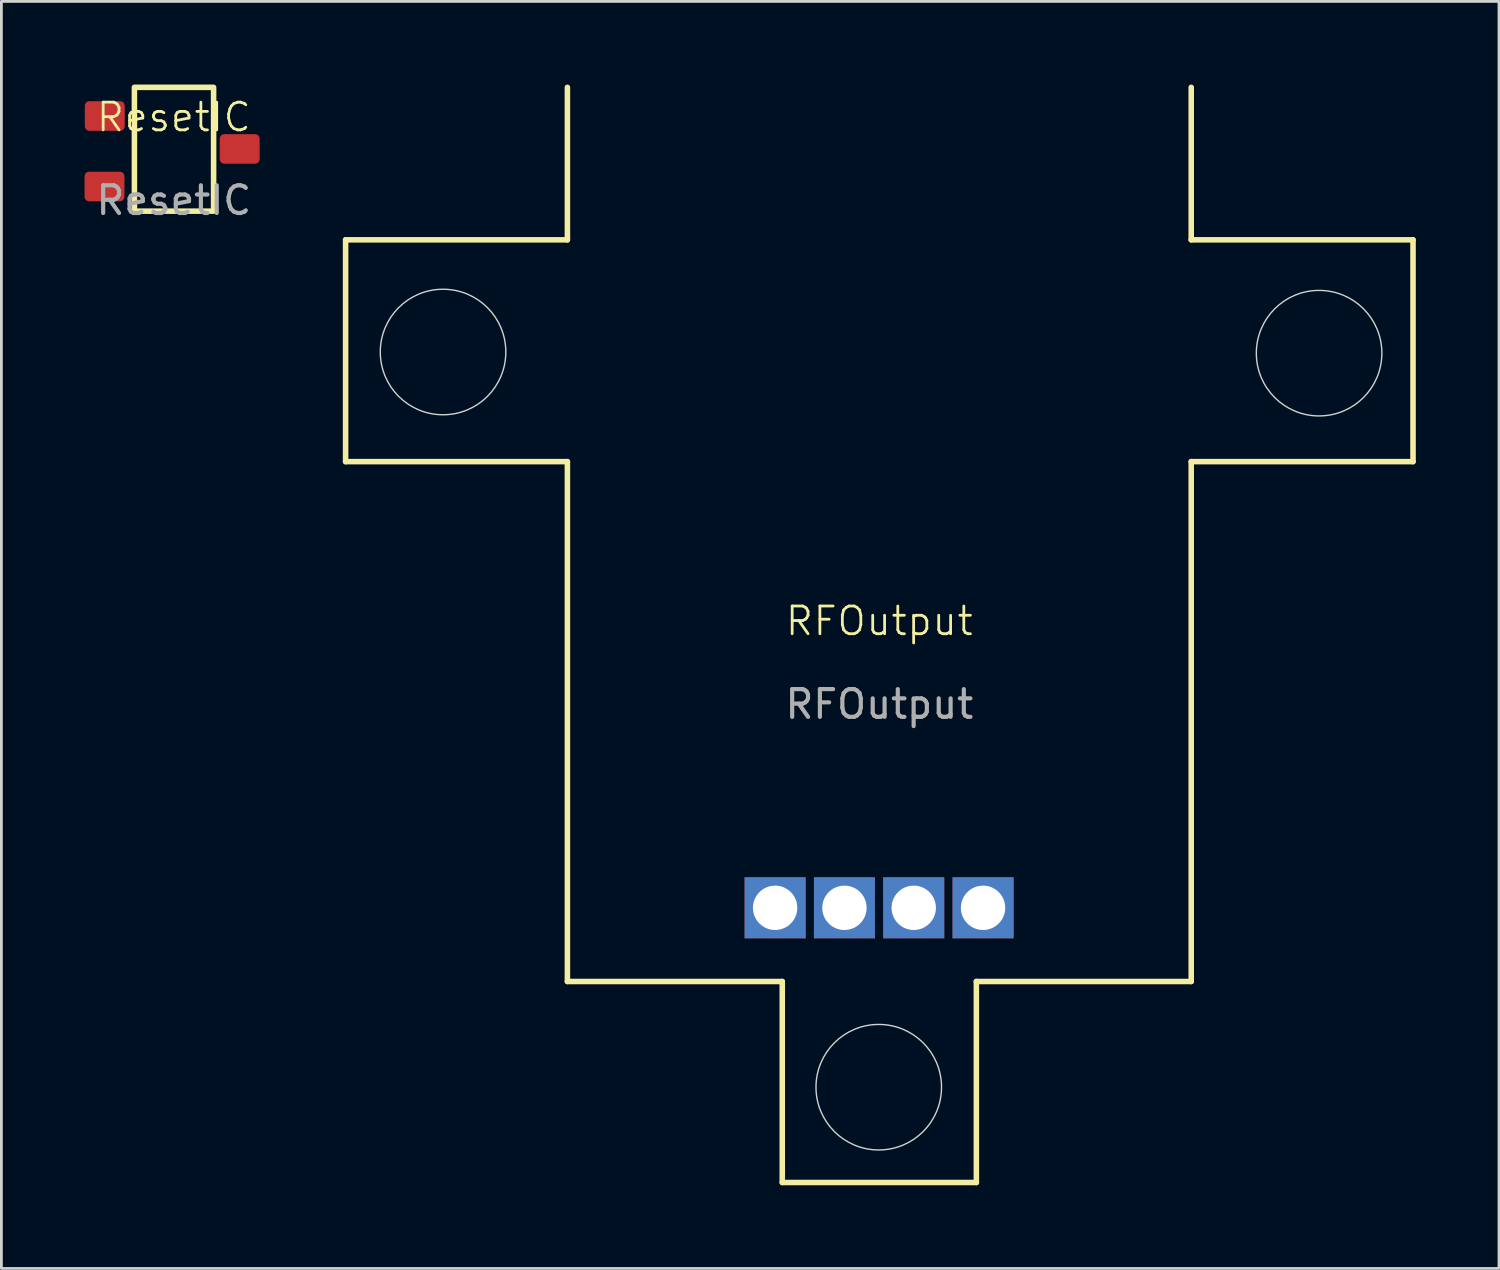
<source format=kicad_pcb>
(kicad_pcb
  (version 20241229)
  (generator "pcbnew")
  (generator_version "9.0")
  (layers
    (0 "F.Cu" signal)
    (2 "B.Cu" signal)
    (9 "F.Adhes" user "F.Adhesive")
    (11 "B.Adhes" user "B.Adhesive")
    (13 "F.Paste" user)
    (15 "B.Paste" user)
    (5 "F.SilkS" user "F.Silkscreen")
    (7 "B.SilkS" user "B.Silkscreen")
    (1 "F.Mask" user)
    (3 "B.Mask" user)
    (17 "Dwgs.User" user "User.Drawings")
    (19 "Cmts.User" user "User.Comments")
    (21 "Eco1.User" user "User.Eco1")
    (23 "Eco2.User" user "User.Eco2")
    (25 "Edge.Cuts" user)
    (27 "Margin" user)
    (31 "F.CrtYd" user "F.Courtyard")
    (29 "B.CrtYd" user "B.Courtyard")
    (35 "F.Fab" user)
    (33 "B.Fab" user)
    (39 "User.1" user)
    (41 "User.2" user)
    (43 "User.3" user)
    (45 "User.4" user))
  (footprint "ResetIC"
    (layer "F.Cu")
    (at 3.219 1.677)
    (property "Reference" "ResetIC" (at 0 -0.5 0) (unlocked yes) (layer "F.SilkS") (effects (font (size 1 1) (thickness 0.1))))
    (attr smd)
    (fp_rect (start -1.421 -1.577) (end 1.435 2.889) (stroke (width 0.2) (type solid)) (fill no) (layer "F.SilkS"))
    (fp_text user "${REFERENCE}" (at 0 2.5 0) (unlocked yes) (layer "F.Fab") (effects (font (size 1 1) (thickness 0.15))))
    (pad "1" smd roundrect (at -2.49 -0.543) (size 1.439 1.067) (layers "F.Cu" "F.Mask" "F.Paste") (roundrect_rratio 0.15))
    (pad "2" smd roundrect (at -2.5 2) (size 1.439 1.067) (layers "F.Cu" "F.Mask" "F.Paste") (roundrect_rratio 0.15))
    (pad "3" smd roundrect (at 2.376 0.644) (size 1.439 1.067) (layers "F.Cu" "F.Mask" "F.Paste") (roundrect_rratio 0.15)))
  (footprint "RFOutput"
    (layer "F.Cu")
    (at 28.665 19.85)
    (property "Reference" "RFOutput" (at 0 -0.5 0) (unlocked yes) (layer "F.SilkS") (effects (font (size 1 1) (thickness 0.1))))
    (attr smd)
    (fp_line (start -19.25 -14.25) (end -19.25 -6.25) (stroke (width 0.2) (type solid)) (layer "F.SilkS"))
    (fp_line (start -19.25 -6.25) (end -11.25 -6.25) (stroke (width 0.2) (type solid)) (layer "F.SilkS"))
    (fp_line (start -11.25 -19.75) (end -11.25 -14.25) (stroke (width 0.2) (type solid)) (layer "F.SilkS"))
    (fp_line (start -11.25 -14.25) (end -19.25 -14.25) (stroke (width 0.2) (type solid)) (layer "F.SilkS"))
    (fp_line (start -11.25 -6.25) (end -11.25 12.5) (stroke (width 0.2) (type solid)) (layer "F.SilkS"))
    (fp_line (start -11.25 12.5) (end -3.5 12.5) (stroke (width 0.2) (type solid)) (layer "F.SilkS"))
    (fp_line (start -3.5 12.5) (end -3.5 19.75) (stroke (width 0.2) (type solid)) (layer "F.SilkS"))
    (fp_line (start -3.5 19.75) (end 3.5 19.75) (stroke (width 0.2) (type solid)) (layer "F.SilkS"))
    (fp_line (start 3.5 12.5) (end 11.25 12.5) (stroke (width 0.2) (type solid)) (layer "F.SilkS"))
    (fp_line (start 3.5 19.75) (end 3.5 12.5) (stroke (width 0.2) (type solid)) (layer "F.SilkS"))
    (fp_line (start 11.25 -14.25) (end 11.25 -19.75) (stroke (width 0.2) (type solid)) (layer "F.SilkS"))
    (fp_line (start 11.25 -6.25) (end 19.25 -6.25) (stroke (width 0.2) (type solid)) (layer "F.SilkS"))
    (fp_line (start 11.25 12.5) (end 11.25 -6.25) (stroke (width 0.2) (type solid)) (layer "F.SilkS"))
    (fp_line (start 19.25 -14.25) (end 11.25 -14.25) (stroke (width 0.2) (type solid)) (layer "F.SilkS"))
    (fp_line (start 19.25 -6.25) (end 19.25 -14.25) (stroke (width 0.2) (type solid)) (layer "F.SilkS"))
    (fp_circle (center -15.735 -10.204) (end -13.485 -9.954) (stroke (width 0.05) (type default)) (fill no) (layer "Edge.Cuts"))
    (fp_circle (center -0.02 16.313) (end 2.23 16.563) (stroke (width 0.05) (type default)) (fill no) (layer "Edge.Cuts"))
    (fp_circle (center 15.862 -10.162) (end 18.112 -9.912) (stroke (width 0.05) (type default)) (fill no) (layer "Edge.Cuts"))
    (fp_text user "${REFERENCE}" (at 0 2.5 0) (unlocked yes) (layer "F.Fab") (effects (font (size 1 1) (thickness 0.15))))
    (pad "1" thru_hole rect (at -3.758 9.843) (size 2.2 2.2) (drill 1.6) (layers "*.Cu" "*.Mask"))
    (pad "2" thru_hole rect (at -1.258 9.843) (size 2.2 2.2) (drill 1.6) (layers "*.Cu" "*.Mask"))
    (pad "3" thru_hole rect (at 1.242 9.843) (size 2.2 2.2) (drill 1.6) (layers "*.Cu" "*.Mask"))
    (pad "4" thru_hole rect (at 3.742 9.843) (size 2.2 2.2) (drill 1.6) (layers "*.Cu" "*.Mask")))
  (gr_rect
    (start -3 -3)
    (end 51.015 42.7)
    (stroke (width 0.1) (type default))
    (fill no)
    (layer "Edge.Cuts")))
</source>
